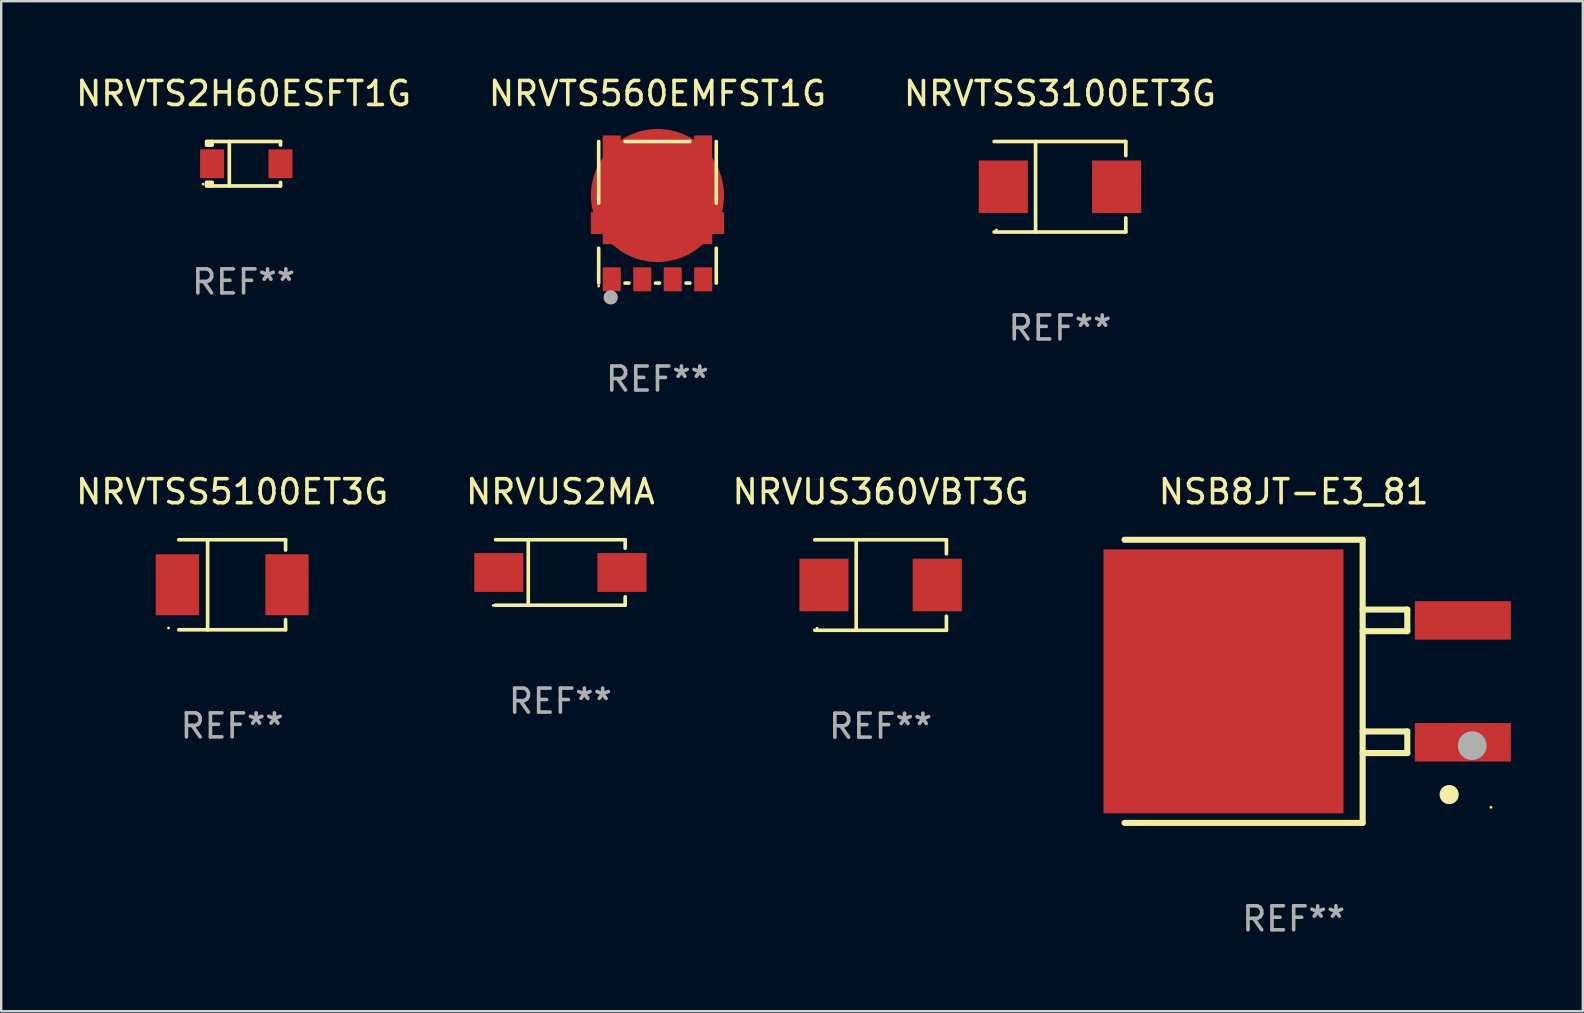
<source format=kicad_pcb>
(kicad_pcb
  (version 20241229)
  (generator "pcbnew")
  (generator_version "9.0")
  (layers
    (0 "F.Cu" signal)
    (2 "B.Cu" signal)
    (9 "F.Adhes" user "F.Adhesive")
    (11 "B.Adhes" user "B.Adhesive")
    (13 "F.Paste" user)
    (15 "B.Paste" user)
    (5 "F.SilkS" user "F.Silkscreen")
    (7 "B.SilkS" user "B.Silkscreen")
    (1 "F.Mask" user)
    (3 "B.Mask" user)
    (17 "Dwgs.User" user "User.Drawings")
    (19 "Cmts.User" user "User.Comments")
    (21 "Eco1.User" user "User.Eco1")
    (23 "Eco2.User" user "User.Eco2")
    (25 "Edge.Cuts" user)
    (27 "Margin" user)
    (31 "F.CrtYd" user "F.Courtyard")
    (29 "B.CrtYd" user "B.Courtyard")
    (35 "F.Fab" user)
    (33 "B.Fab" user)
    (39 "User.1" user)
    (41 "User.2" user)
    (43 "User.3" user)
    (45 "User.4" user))
  (footprint "NSB8JT-E3_81"
    (layer "F.Cu")
    (at 50.865 25.345)
    (property "Reference" "NSB8JT-E3_81" (at 0 -7.9 0) (layer "F.SilkS") (effects (font (size 1 1) (thickness 0.15))))
    (attr through_hole)
    (fp_line (start -7.05 5.9) (end 2.875 5.9) (stroke (width 0.254) (type solid)) (layer "F.SilkS"))
    (fp_line (start 2.875 -5.9) (end -7.05 -5.9) (stroke (width 0.254) (type solid)) (layer "F.SilkS"))
    (fp_line (start 2.875 -5.9) (end 2.875 5.9) (stroke (width 0.254) (type solid)) (layer "F.SilkS"))
    (fp_line (start 2.875 -2.991) (end 4.735 -2.991) (stroke (width 0.254) (type solid)) (layer "F.SilkS"))
    (fp_line (start 2.875 2.089) (end 4.735 2.089) (stroke (width 0.254) (type solid)) (layer "F.SilkS"))
    (fp_line (start 4.735 -2.991) (end 4.735 -2.09) (stroke (width 0.254) (type solid)) (layer "F.SilkS"))
    (fp_line (start 4.735 -2.09) (end 2.875 -2.09) (stroke (width 0.254) (type solid)) (layer "F.SilkS"))
    (fp_line (start 4.735 2.089) (end 4.735 2.99) (stroke (width 0.254) (type solid)) (layer "F.SilkS"))
    (fp_line (start 4.735 2.99) (end 2.875 2.99) (stroke (width 0.254) (type solid)) (layer "F.SilkS"))
    (fp_circle (center 6.48 4.72) (end 6.68 4.72) (stroke (width 0.4) (type solid)) (fill no) (layer "F.SilkS"))
    (fp_circle (center 8.22 5.25) (end 8.25 5.25) (stroke (width 0.06) (type solid)) (fill no) (layer "F.SilkS"))
    (fp_circle (center 7.44 2.68) (end 7.74 2.68) (stroke (width 0.6) (type solid)) (fill no) (layer "F.Fab"))
    (fp_text user "REF**" (at 0 9.9 0) (layer "F.Fab") (effects (font (size 1 1) (thickness 0.15))))
    (pad "1" smd rect (at 7.05 2.54) (size 4 1.6) (layers "F.Cu" "F.Mask" "F.Paste"))
    (pad "2" smd rect (at 7.05 -2.54) (size 4 1.6) (layers "F.Cu" "F.Mask" "F.Paste"))
    (pad "3" smd rect (at -2.925 0.000102) (size 10 11) (layers "F.Cu" "F.Mask" "F.Paste")))
  (footprint "NRVUS360VBT3G"
    (layer "F.Cu")
    (at 33.649 21.331)
    (property "Reference" "NRVUS360VBT3G" (at 0 -3.886 0) (layer "F.SilkS") (effects (font (size 1 1) (thickness 0.15))))
    (attr through_hole)
    (fp_line (start -2.744 -1.886) (end 2.744 -1.886) (stroke (width 0.152) (type solid)) (layer "F.SilkS"))
    (fp_line (start -2.744 1.886) (end 2.744 1.886) (stroke (width 0.152) (type solid)) (layer "F.SilkS"))
    (fp_line (start -1.016 -1.886) (end -1.016 1.886) (stroke (width 0.152) (type solid)) (layer "F.SilkS"))
    (fp_line (start 2.744 -1.886) (end 2.744 -1.299) (stroke (width 0.152) (type solid)) (layer "F.SilkS"))
    (fp_line (start 2.744 1.886) (end 2.744 1.299) (stroke (width 0.152) (type solid)) (layer "F.SilkS"))
    (fp_circle (center -2.65 1.8) (end -2.62 1.8) (stroke (width 0.06) (type solid)) (fill no) (layer "F.SilkS"))
    (fp_text user "REF**" (at 0 5.886 0) (layer "F.Fab") (effects (font (size 1 1) (thickness 0.15))))
    (pad "1" smd rect (at -2.361 0) (size 2.047 2.192) (layers "F.Cu" "F.Mask" "F.Paste"))
    (pad "2" smd rect (at 2.361 0) (size 2.047 2.192) (layers "F.Cu" "F.Mask" "F.Paste")))
  (footprint "NRVUS2MA"
    (layer "F.Cu")
    (at 20.304 20.808)
    (property "Reference" "NRVUS2MA" (at 0 -3.364 0) (layer "F.SilkS") (effects (font (size 1 1) (thickness 0.15))))
    (attr through_hole)
    (fp_line (start -2.701 -1.364) (end 2.701 -1.364) (stroke (width 0.152) (type solid)) (layer "F.SilkS"))
    (fp_line (start -2.701 1.364) (end 2.701 1.364) (stroke (width 0.152) (type solid)) (layer "F.SilkS"))
    (fp_line (start -1.339 -1.364) (end -1.339 1.364) (stroke (width 0.152) (type solid)) (layer "F.SilkS"))
    (fp_line (start 2.701 -1.364) (end 2.701 -1.013) (stroke (width 0.152) (type solid)) (layer "F.SilkS"))
    (fp_line (start 2.701 1.364) (end 2.701 1.013) (stroke (width 0.152) (type solid)) (layer "F.SilkS"))
    (fp_circle (center -2.8 1.375) (end -2.77 1.375) (stroke (width 0.06) (type solid)) (fill no) (layer "F.SilkS"))
    (fp_text user "REF**" (at 0 5.364 0) (layer "F.Fab") (effects (font (size 1 1) (thickness 0.15))))
    (pad "1" smd rect (at -2.565 -0.000025) (size 2.046 1.62) (layers "F.Cu" "F.Mask" "F.Paste"))
    (pad "2" smd rect (at 2.565 -0.000025) (size 2.046 1.62) (layers "F.Cu" "F.Mask" "F.Paste")))
  (footprint "NRVTS2H60ESFT1G"
    (layer "F.Cu")
    (at 7.101 3.774)
    (property "Reference" "NRVTS2H60ESFT1G" (at 0 -2.926 0) (layer "F.SilkS") (effects (font (size 1 1) (thickness 0.15))))
    (attr through_hole)
    (fp_line (start -1.539 -0.926) (end -1.539 -0.78) (stroke (width 0.152) (type solid)) (layer "F.SilkS"))
    (fp_line (start -1.539 0.926) (end -1.539 0.78) (stroke (width 0.152) (type solid)) (layer "F.SilkS"))
    (fp_line (start -1.429 -0.926) (end -1.429 -0.78) (stroke (width 0.152) (type solid)) (layer "F.SilkS"))
    (fp_line (start -1.429 0.78) (end -1.429 0.926) (stroke (width 0.152) (type solid)) (layer "F.SilkS"))
    (fp_line (start -1.314 -0.926) (end -1.539 -0.926) (stroke (width 0.152) (type solid)) (layer "F.SilkS"))
    (fp_line (start -1.314 -0.926) (end -1.314 -0.78) (stroke (width 0.152) (type solid)) (layer "F.SilkS"))
    (fp_line (start -1.314 -0.926) (end 1.539 -0.926) (stroke (width 0.152) (type solid)) (layer "F.SilkS"))
    (fp_line (start -1.314 -0.78) (end -1.539 -0.78) (stroke (width 0.152) (type solid)) (layer "F.SilkS"))
    (fp_line (start -1.314 0.78) (end -1.539 0.78) (stroke (width 0.152) (type solid)) (layer "F.SilkS"))
    (fp_line (start -1.314 0.78) (end -1.314 0.926) (stroke (width 0.152) (type solid)) (layer "F.SilkS"))
    (fp_line (start -1.314 0.926) (end -1.539 0.926) (stroke (width 0.152) (type solid)) (layer "F.SilkS"))
    (fp_line (start -1.314 0.926) (end 1.539 0.926) (stroke (width 0.152) (type solid)) (layer "F.SilkS"))
    (fp_line (start -0.594 -0.926) (end -0.594 0.926) (stroke (width 0.152) (type solid)) (layer "F.SilkS"))
    (fp_line (start 1.539 -0.926) (end 1.539 -0.78) (stroke (width 0.152) (type solid)) (layer "F.SilkS"))
    (fp_line (start 1.539 0.78) (end 1.539 0.926) (stroke (width 0.152) (type solid)) (layer "F.SilkS"))
    (fp_circle (center -1.687 0.85) (end -1.657 0.85) (stroke (width 0.06) (type solid)) (fill no) (layer "F.SilkS"))
    (fp_text user "REF**" (at 0 4.926 0) (layer "F.Fab") (effects (font (size 1 1) (thickness 0.15))))
    (pad "1" smd rect (at -1.313 -0.000013) (size 1 1.2) (layers "F.Cu" "F.Mask" "F.Paste"))
    (pad "2" smd rect (at 1.537 -0.000013) (size 1 1.2) (layers "F.Cu" "F.Mask" "F.Paste")))
  (footprint "NRVTSS5100ET3G"
    (layer "F.Cu")
    (at 6.625 21.324)
    (property "Reference" "NRVTSS5100ET3G" (at 0 -3.88 0) (layer "F.SilkS") (effects (font (size 1 1) (thickness 0.15))))
    (attr through_hole)
    (fp_line (start -2.226 -1.88) (end 2.226 -1.88) (stroke (width 0.152) (type solid)) (layer "F.SilkS"))
    (fp_line (start -2.226 1.873) (end 2.226 1.873) (stroke (width 0.152) (type solid)) (layer "F.SilkS"))
    (fp_line (start -1.022 -1.873) (end -1.022 1.88) (stroke (width 0.152) (type solid)) (layer "F.SilkS"))
    (fp_line (start 2.226 -1.88) (end 2.226 -1.453) (stroke (width 0.152) (type solid)) (layer "F.SilkS"))
    (fp_line (start 2.226 1.447) (end 2.226 1.873) (stroke (width 0.152) (type solid)) (layer "F.SilkS"))
    (fp_circle (center -2.65 1.797) (end -2.62 1.797) (stroke (width 0.06) (type solid)) (fill no) (layer "F.SilkS"))
    (fp_text user "REF**" (at 0 5.88 0) (layer "F.Fab") (effects (font (size 1 1) (thickness 0.15))))
    (pad "1" smd rect (at -2.285 -0.003) (size 1.8 2.54) (layers "F.Cu" "F.Mask" "F.Paste"))
    (pad "2" smd rect (at 2.285 -0.003) (size 1.8 2.54) (layers "F.Cu" "F.Mask" "F.Paste")))
  (footprint "NRVTS560EMFST1G"
    (layer "F.Cu")
    (at 24.351 5.798)
    (property "Reference" "NRVTS560EMFST1G" (at 0 -4.95 0) (layer "F.SilkS") (effects (font (size 1 1) (thickness 0.15))))
    (attr through_hole)
    (fp_line (start -2.45 -2.95) (end -2.45 -0.384) (stroke (width 0.15) (type solid)) (layer "F.SilkS"))
    (fp_line (start -2.45 1.497) (end -2.45 2.95) (stroke (width 0.15) (type solid)) (layer "F.SilkS"))
    (fp_line (start -1.351 -2.95) (end 1.351 -2.95) (stroke (width 0.15) (type solid)) (layer "F.SilkS"))
    (fp_line (start -1.351 2.95) (end -1.189 2.95) (stroke (width 0.15) (type solid)) (layer "F.SilkS"))
    (fp_line (start -0.081 2.95) (end 0.081 2.95) (stroke (width 0.15) (type solid)) (layer "F.SilkS"))
    (fp_line (start 1.189 2.95) (end 1.351 2.95) (stroke (width 0.15) (type solid)) (layer "F.SilkS"))
    (fp_line (start 2.45 -2.95) (end 2.45 -0.384) (stroke (width 0.15) (type solid)) (layer "F.SilkS"))
    (fp_line (start 2.45 1.497) (end 2.45 2.95) (stroke (width 0.15) (type solid)) (layer "F.SilkS"))
    (fp_circle (center -2.45 3.075) (end -2.42 3.075) (stroke (width 0.06) (type solid)) (fill no) (layer "F.SilkS"))
    (fp_circle (center -1.95 3.546) (end -1.8 3.546) (stroke (width 0.3) (type solid)) (fill no) (layer "F.Fab"))
    (fp_text user "REF**" (at 0 6.95 0) (layer "F.Fab") (effects (font (size 1 1) (thickness 0.15))))
    (pad "1" smd rect (at -1.905 2.792) (size 0.75 1) (layers "F.Cu" "F.Mask" "F.Paste"))
    (pad "2" smd rect (at -0.635 2.792) (size 0.75 1) (layers "F.Cu" "F.Mask" "F.Paste"))
    (pad "3" smd rect (at 0.635 2.792) (size 0.75 1) (layers "F.Cu" "F.Mask" "F.Paste"))
    (pad "4" smd rect (at 1.905 2.792) (size 0.75 1) (layers "F.Cu" "F.Mask" "F.Paste"))
    (pad "5" smd custom (at 0.000013 -0.7) (size 5.55 4.53) (layers "F.Cu" "F.Mask" "F.Paste") (options (anchor circle)) (primitives (gr_poly (pts (xy -2.28 -2.503) (xy -2.28 0.697) (xy -2.775 0.697) (xy -2.775 1.602) (xy -2.28 1.602) (xy -2.28 2.027) (xy 2.28 2.027) (xy 2.28 1.602) (xy 2.775 1.602) (xy 2.775 0.697) (xy 2.28 0.697) (xy 2.28 -2.503) (xy 1.53 -2.503) (xy 1.53 -2.028) (xy -1.53 -2.028) (xy -1.53 -2.503)) (width 0) (fill yes)))))
  (footprint "NRVTSS3100ET3G"
    (layer "F.Cu")
    (at 41.125 4.734)
    (property "Reference" "NRVTSS3100ET3G" (at 0 -3.886 0) (layer "F.SilkS") (effects (font (size 1 1) (thickness 0.15))))
    (attr through_hole)
    (fp_line (start -2.744 -1.886) (end 2.744 -1.886) (stroke (width 0.152) (type solid)) (layer "F.SilkS"))
    (fp_line (start -2.744 1.886) (end 2.744 1.886) (stroke (width 0.152) (type solid)) (layer "F.SilkS"))
    (fp_line (start -1.016 -1.886) (end -1.016 1.886) (stroke (width 0.152) (type solid)) (layer "F.SilkS"))
    (fp_line (start 2.744 -1.886) (end 2.744 -1.299) (stroke (width 0.152) (type solid)) (layer "F.SilkS"))
    (fp_line (start 2.744 1.886) (end 2.744 1.299) (stroke (width 0.152) (type solid)) (layer "F.SilkS"))
    (fp_circle (center -2.65 1.8) (end -2.62 1.8) (stroke (width 0.06) (type solid)) (fill no) (layer "F.SilkS"))
    (fp_text user "REF**" (at 0 5.886 0) (layer "F.Fab") (effects (font (size 1 1) (thickness 0.15))))
    (pad "1" smd rect (at -2.361 0) (size 2.047 2.192) (layers "F.Cu" "F.Mask" "F.Paste"))
    (pad "2" smd rect (at 2.361 0) (size 2.047 2.192) (layers "F.Cu" "F.Mask" "F.Paste")))
  (gr_rect
    (start -3 -3)
    (end 62.915 39.093)
    (stroke (width 0.1) (type default))
    (fill no)
    (layer "Edge.Cuts")))
</source>
